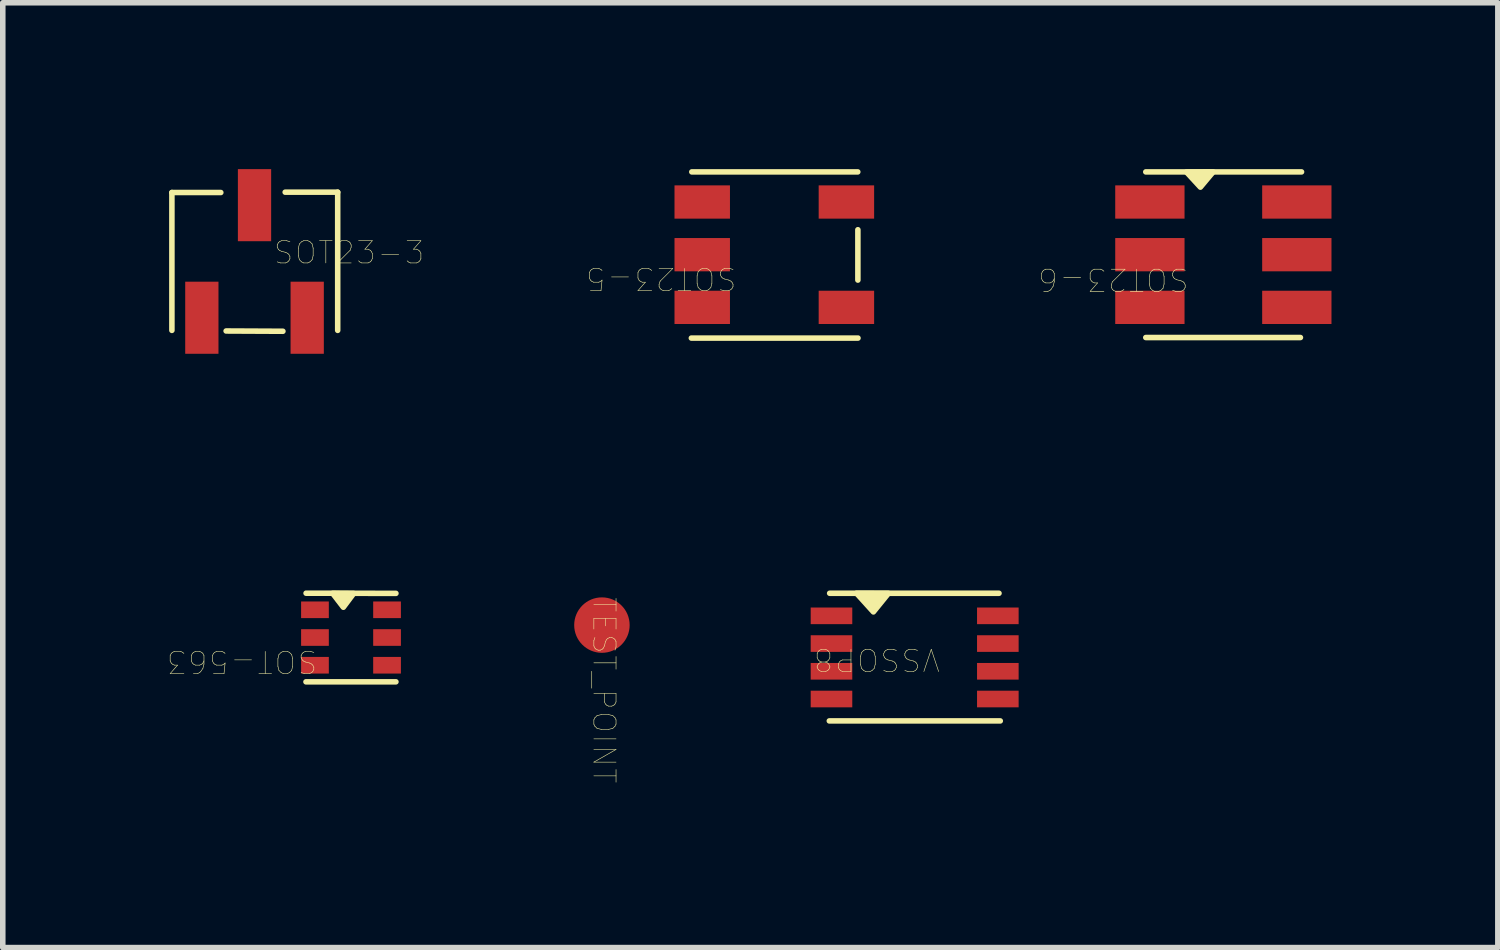
<source format=kicad_pcb>
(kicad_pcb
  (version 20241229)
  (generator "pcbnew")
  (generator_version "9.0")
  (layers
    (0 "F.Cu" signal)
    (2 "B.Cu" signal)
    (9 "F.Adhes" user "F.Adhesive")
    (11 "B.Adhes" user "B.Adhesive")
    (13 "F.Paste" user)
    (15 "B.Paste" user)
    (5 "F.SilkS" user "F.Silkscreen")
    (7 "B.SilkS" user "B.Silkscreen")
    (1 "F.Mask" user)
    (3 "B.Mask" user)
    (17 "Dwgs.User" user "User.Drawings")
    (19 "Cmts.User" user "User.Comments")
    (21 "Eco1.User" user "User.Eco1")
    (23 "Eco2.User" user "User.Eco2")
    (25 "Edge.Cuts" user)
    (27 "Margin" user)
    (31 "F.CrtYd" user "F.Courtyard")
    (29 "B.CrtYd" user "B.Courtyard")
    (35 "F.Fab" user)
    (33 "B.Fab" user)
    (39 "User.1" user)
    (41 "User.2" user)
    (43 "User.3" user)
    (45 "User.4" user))
  (footprint "VSSOP8"
    (layer "F.Cu")
    (at 13.445 8.806)
    (property "Reference" "VSSOP8" (at 0.477 -0.195 180) (unlocked yes) (layer "F.SilkS") (effects (font (size 0.4 0.4) (thickness 0.01)) (justify left bottom)))
    (fp_line (start -1.533 -1.157) (end 1.521 -1.157) (stroke (width 0.1) (type default)) (layer "F.SilkS"))
    (fp_line (start 1.544 1.145) (end -1.539 1.145) (stroke (width 0.1) (type default)) (layer "F.SilkS"))
    (fp_poly (pts (xy -1.049 -1.158) (xy -0.744 -0.821) (xy -0.473 -1.156)) (stroke (width 0.1) (type solid)) (fill yes) (layer "F.SilkS"))
    (fp_line (start -1.551 -1.15) (end -1.551 1.15) (stroke (width 0.05) (type solid)) (layer "User.5"))
    (fp_line (start -0.15 -1.15) (end -1.551 -1.15) (stroke (width 0.05) (type solid)) (layer "User.5"))
    (fp_line (start -0.15 -1.15) (end -0.15 -1.15) (stroke (width 0.05) (type solid)) (layer "User.5"))
    (fp_line (start 0.15 -1.15) (end 0.15 -1.15) (stroke (width 0.05) (type solid)) (layer "User.5"))
    (fp_line (start 1.551 -1.15) (end 0.15 -1.15) (stroke (width 0.05) (type solid)) (layer "User.5"))
    (fp_line (start 1.551 -1.15) (end 1.551 1.15) (stroke (width 0.05) (type solid)) (layer "User.5"))
    (fp_line (start 1.551 1.15) (end -1.551 1.15) (stroke (width 0.05) (type solid)) (layer "User.5"))
    (fp_arc (start 0.15023 -1.15023) (mid 0.00019 -1.00019) (end -0.14985 -1.15023) (stroke (width 0.05) (type solid)) (layer "User.5"))
    (fp_text user "1" (at -1.734 -1.033 180) (unlocked yes) (layer "User.5") (effects (font (face "Arial") (size 0.315 0.315) (thickness 0.254)) (justify left bottom)))
    (pad "1" smd rect (at -1.5 -0.75) (size 0.75 0.3) (layers "F.Cu" "F.Mask" "F.Paste"))
    (pad "2" smd rect (at -1.5 -0.25) (size 0.75 0.3) (layers "F.Cu" "F.Mask" "F.Paste"))
    (pad "3" smd rect (at -1.5 0.25) (size 0.75 0.3) (layers "F.Cu" "F.Mask" "F.Paste"))
    (pad "4" smd rect (at -1.5 0.75) (size 0.75 0.3) (layers "F.Cu" "F.Mask" "F.Paste"))
    (pad "5" smd rect (at 1.5 0.75) (size 0.75 0.3) (layers "F.Cu" "F.Mask" "F.Paste"))
    (pad "6" smd rect (at 1.5 0.25) (size 0.75 0.3) (layers "F.Cu" "F.Mask" "F.Paste"))
    (pad "7" smd rect (at 1.5 -0.25) (size 0.75 0.3) (layers "F.Cu" "F.Mask" "F.Paste"))
    (pad "8" smd rect (at 1.5 -0.75) (size 0.75 0.3) (layers "F.Cu" "F.Mask" "F.Paste")))
  (footprint "SOT23-5"
    (layer "F.Cu")
    (at 10.914 1.543)
    (property "Reference" "SOT23-5" (at -0.662 0.199 180) (unlocked yes) (layer "F.SilkS") (effects (font (size 0.4 0.4) (thickness 0.01)) (justify left bottom)))
    (fp_line (start -1.496 1.504) (end 1.509 1.504) (stroke (width 0.1) (type default)) (layer "F.SilkS"))
    (fp_line (start -1.488 -1.493) (end 1.505 -1.493) (stroke (width 0.1) (type default)) (layer "F.SilkS"))
    (fp_line (start 1.507 -0.45) (end 1.507 0.458) (stroke (width 0.1) (type default)) (layer "F.SilkS"))
    (fp_line (start -1.5 1.5) (end -1.5 -1.5) (stroke (width 0.05) (type solid)) (layer "User.6"))
    (fp_line (start -0.2 -1.5) (end -1.5 -1.5) (stroke (width 0.05) (type solid)) (layer "User.6"))
    (fp_line (start 1.5 -1.5) (end 0.2 -1.5) (stroke (width 0.05) (type solid)) (layer "User.6"))
    (fp_line (start 1.5 1.5) (end -1.5 1.5) (stroke (width 0.05) (type solid)) (layer "User.6"))
    (fp_line (start 1.5 1.5) (end 1.5 -1.5) (stroke (width 0.05) (type solid)) (layer "User.6"))
    (fp_arc (start 0.19999 -1.5) (mid -0.00001 -1.3) (end -0.20001 -1.5) (stroke (width 0.05) (type solid)) (layer "User.6"))
    (fp_text user "1" (at -2.1 -0.6 180) (unlocked yes) (layer "User.6") (effects (font (face "Arial") (size 0.63 0.63) (thickness 0.254)) (justify left bottom mirror)))
    (pad "1" smd rect (at -1.3 -0.95 180) (size 1 0.6) (layers "F.Cu" "F.Mask" "F.Paste"))
    (pad "2" smd rect (at -1.3 0 180) (size 1 0.6) (layers "F.Cu" "F.Mask" "F.Paste"))
    (pad "3" smd rect (at -1.3 0.95 180) (size 1 0.6) (layers "F.Cu" "F.Mask" "F.Paste"))
    (pad "4" smd rect (at 1.3 0.95 180) (size 1 0.6) (layers "F.Cu" "F.Mask" "F.Paste"))
    (pad "5" smd rect (at 1.3 -0.95 180) (size 1 0.6) (layers "F.Cu" "F.Mask" "F.Paste")))
  (footprint "SOT-563"
    (layer "F.Cu")
    (at 3.28 8.447)
    (property "Reference" "SOT-563" (at -0.588 0.201 180) (unlocked yes) (layer "F.SilkS") (effects (font (size 0.4 0.4) (thickness 0.01)) (justify left bottom)))
    (fp_line (start -0.812 0.799) (end 0.81 0.799) (stroke (width 0.1) (type default)) (layer "F.SilkS"))
    (fp_line (start -0.81 -0.799) (end 0.81 -0.796) (stroke (width 0.1) (type default)) (layer "F.SilkS"))
    (fp_poly (pts (xy -0.331 -0.797) (xy -0.138 -0.546) (xy 0.048 -0.795)) (stroke (width 0.1) (type solid)) (fill yes) (layer "F.SilkS"))
    (fp_line (start -0.813 0.8) (end -0.813 -0.8) (stroke (width 0.05) (type solid)) (layer "User.6"))
    (fp_line (start -0.2 -0.8) (end -0.813 -0.8) (stroke (width 0.05) (type solid)) (layer "User.6"))
    (fp_line (start -0.2 -0.8) (end -0.2 -0.8) (stroke (width 0.05) (type solid)) (layer "User.6"))
    (fp_line (start 0.2 -0.8) (end 0.2 -0.8) (stroke (width 0.05) (type solid)) (layer "User.6"))
    (fp_line (start 0.813 -0.8) (end 0.2 -0.8) (stroke (width 0.05) (type solid)) (layer "User.6"))
    (fp_line (start 0.813 0.8) (end -0.813 0.8) (stroke (width 0.05) (type solid)) (layer "User.6"))
    (fp_line (start 0.813 0.8) (end 0.813 -0.8) (stroke (width 0.05) (type solid)) (layer "User.6"))
    (fp_arc (start 0.2001 -0.8002) (mid -0.00005 -0.60005) (end -0.2002 -0.8002) (stroke (width 0.05) (type solid)) (layer "User.6"))
    (fp_text user "1" (at -1.05 -0.4 180) (unlocked yes) (layer "User.6") (effects (font (face "Arial") (size 0.252 0.252) (thickness 0.254)) (justify left bottom mirror)))
    (pad "1" smd rect (at -0.65 -0.5 180) (size 0.5 0.3) (layers "F.Cu" "F.Mask" "F.Paste"))
    (pad "2" smd rect (at -0.65 0 180) (size 0.5 0.3) (layers "F.Cu" "F.Mask" "F.Paste"))
    (pad "3" smd rect (at -0.65 0.5 180) (size 0.5 0.3) (layers "F.Cu" "F.Mask" "F.Paste"))
    (pad "4" smd rect (at 0.65 0.5 180) (size 0.5 0.3) (layers "F.Cu" "F.Mask" "F.Paste"))
    (pad "5" smd rect (at 0.65 0 180) (size 0.5 0.3) (layers "F.Cu" "F.Mask" "F.Paste"))
    (pad "6" smd rect (at 0.65 -0.5 180) (size 0.5 0.3) (layers "F.Cu" "F.Mask" "F.Paste")))
  (footprint "SOT23-6"
    (layer "F.Cu")
    (at 19.012 1.543)
    (property "Reference" "SOT23-6" (at -0.605 0.212 180) (unlocked yes) (layer "F.SilkS") (effects (font (size 0.4 0.4) (thickness 0.01)) (justify left bottom)))
    (fp_line (start -1.399 1.494) (end 1.39 1.494) (stroke (width 0.1) (type default)) (layer "F.SilkS"))
    (fp_line (start -1.399 -1.493) (end 1.41 -1.493) (stroke (width 0.1) (type default)) (layer "F.SilkS"))
    (fp_poly (pts (xy -0.666 -1.491) (xy -0.414 -1.218) (xy -0.184 -1.493)) (stroke (width 0.1) (type solid)) (fill yes) (layer "F.SilkS"))
    (fp_line (start -1.405 -1.5) (end -0.25 -1.5) (stroke (width 0.05) (type solid)) (layer "User.6"))
    (fp_line (start -1.405 1.5) (end -1.405 -1.5) (stroke (width 0.05) (type solid)) (layer "User.6"))
    (fp_line (start -1.405 1.5) (end 1.405 1.5) (stroke (width 0.05) (type solid)) (layer "User.6"))
    (fp_line (start -0.25 -1.5) (end -0.25 -1.5) (stroke (width 0.05) (type solid)) (layer "User.6"))
    (fp_line (start 0.25 -1.5) (end 1.405 -1.5) (stroke (width 0.05) (type solid)) (layer "User.6"))
    (fp_line (start 1.405 1.5) (end 1.405 -1.5) (stroke (width 0.05) (type solid)) (layer "User.6"))
    (fp_arc (start 0.25 -1.50007) (mid -0.00003 -1.25004) (end -0.25006 -1.50007) (stroke (width 0.05) (type solid)) (layer "User.6"))
    (fp_text user "1" (at -2.2 -0.7 180) (unlocked yes) (layer "User.6") (effects (font (face "Arial") (size 0.441 0.441) (thickness 0.254)) (justify left bottom mirror)))
    (pad "1" smd rect (at -1.325 -0.95 180) (size 1.25 0.6) (layers "F.Cu" "F.Mask" "F.Paste"))
    (pad "2" smd rect (at -1.325 0 180) (size 1.25 0.6) (layers "F.Cu" "F.Mask" "F.Paste"))
    (pad "3" smd rect (at -1.325 0.95 180) (size 1.25 0.6) (layers "F.Cu" "F.Mask" "F.Paste"))
    (pad "4" smd rect (at 1.325 0.95 180) (size 1.25 0.6) (layers "F.Cu" "F.Mask" "F.Paste"))
    (pad "5" smd rect (at 1.325 0 180) (size 1.25 0.6) (layers "F.Cu" "F.Mask" "F.Paste"))
    (pad "6" smd rect (at 1.325 -0.95 180) (size 1.25 0.6) (layers "F.Cu" "F.Mask" "F.Paste")))
  (footprint "SOT23-3"
    (layer "F.Cu")
    (at 1.54 1.665)
    (property "Reference" "SOT23-3" (at 0.327 0.076 0) (unlocked yes) (layer "F.SilkS") (effects (font (size 0.4 0.4) (thickness 0.01)) (justify left bottom)))
    (fp_line (start -1.49 -1.243) (end -1.49 1.243) (stroke (width 0.1) (type default)) (layer "F.SilkS"))
    (fp_line (start -0.608 -1.243) (end -1.49 -1.243) (stroke (width 0.1) (type default)) (layer "F.SilkS"))
    (fp_line (start -0.512 1.254) (end 0.512 1.259) (stroke (width 0.1) (type default)) (layer "F.SilkS"))
    (fp_line (start 0.553 -1.249) (end 1.5 -1.249) (stroke (width 0.1) (type default)) (layer "F.SilkS"))
    (fp_line (start 1.5 -1.249) (end 1.5 1.243) (stroke (width 0.1) (type default)) (layer "F.SilkS"))
    (fp_line (start -1.5 -1.25) (end -1.5 1.25) (stroke (width 0.05) (type solid)) (layer "User.6"))
    (fp_line (start -1.5 -1.25) (end 1.5 -1.25) (stroke (width 0.05) (type solid)) (layer "User.6"))
    (fp_line (start -1.5 1.25) (end 1.5 1.25) (stroke (width 0.05) (type solid)) (layer "User.6"))
    (fp_line (start 1.5 -1.25) (end 1.5 1.25) (stroke (width 0.05) (type solid)) (layer "User.6"))
    (fp_text user "1" (at -1.1 2.25 180) (unlocked yes) (layer "User.6") (effects (font (face "Arial") (size 0.504 0.504) (thickness 0.1)) (justify left bottom mirror)))
    (pad "1" smd rect (at -0.95 1.015 180) (size 0.6 1.3) (layers "F.Cu" "F.Mask" "F.Paste"))
    (pad "2" smd rect (at 0.95 1.015 180) (size 0.6 1.3) (layers "F.Cu" "F.Mask" "F.Paste"))
    (pad "3" smd rect (at 0 -1.015 180) (size 0.6 1.3) (layers "F.Cu" "F.Mask" "F.Paste")))
  (footprint "TEST_POINT"
    (layer "F.Cu")
    (at 7.805 8.223)
    (property "Reference" "TEST_POINT" (at -0.195 -0.526 270) (unlocked yes) (layer "F.SilkS") (effects (font (size 0.4 0.4) (thickness 0.01)) (justify left bottom)))
    (fp_circle (center 0 0) (end 0.25 0) (stroke (width 0.5) (type solid)) (fill no) (layer "User.2"))
    (fp_circle (center 0 0) (end 0.6 0) (stroke (width 0.05) (type solid)) (fill no) (layer "User.5"))
    (pad "1" smd circle (at 0 0) (size 1 1) (layers "F.Cu" "F.Mask" "F.Paste")))
  (gr_rect
    (start -3 -3)
    (end 23.962 14.038)
    (stroke (width 0.1) (type default))
    (fill no)
    (layer "Edge.Cuts")))
</source>
